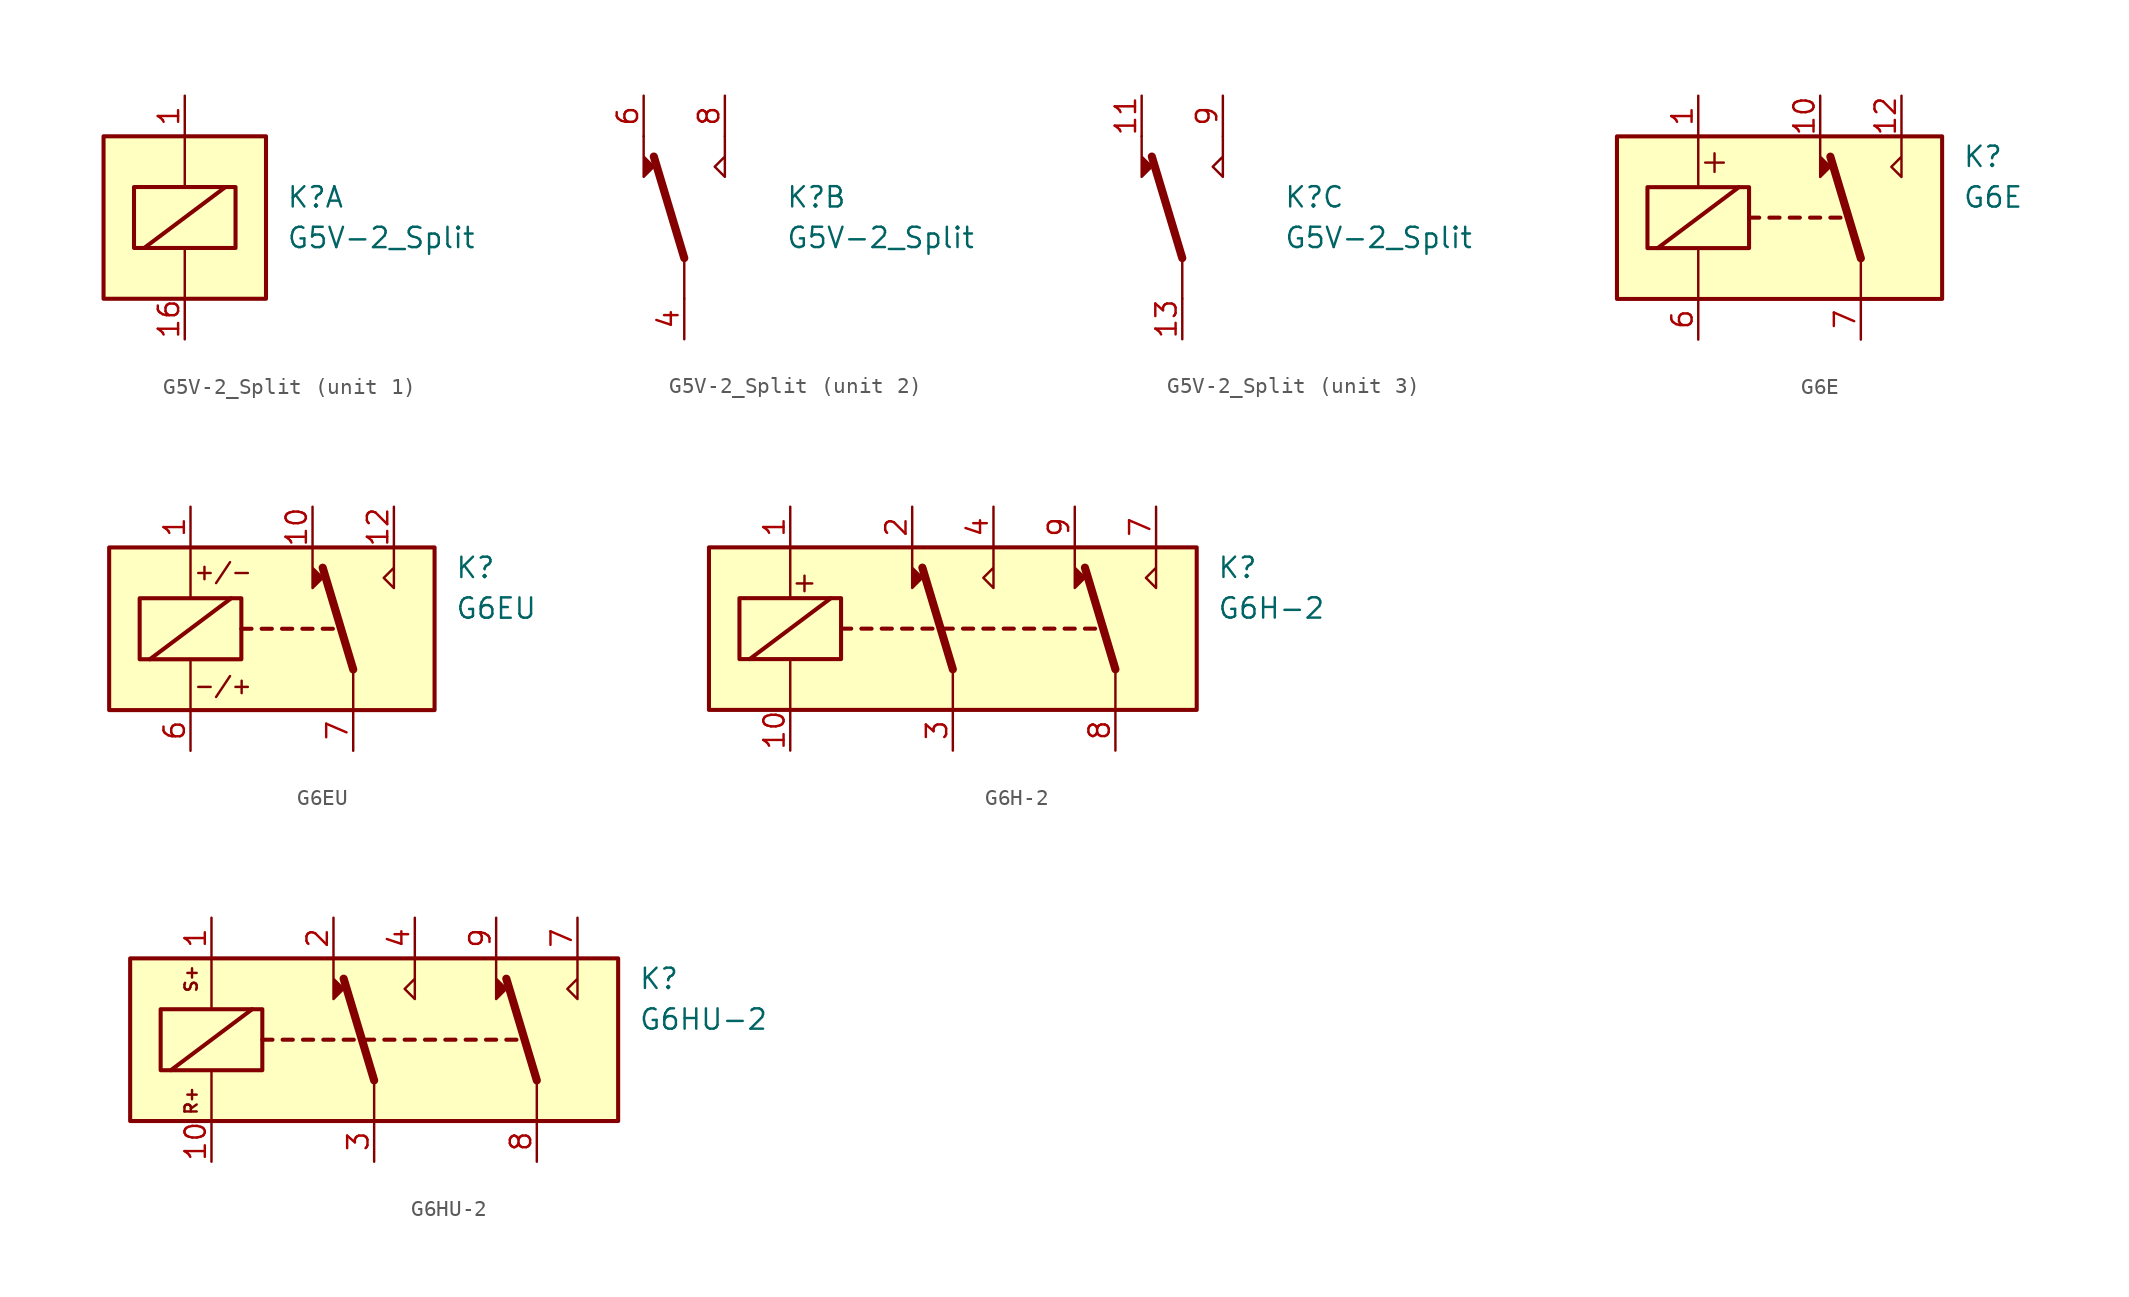
<source format=kicad_sym>
(kicad_symbol_lib
  (version 20241209)
  (generator "kicad_symbol_editor")
  (generator_version "9.0")
  (symbol "G5V-2_Split"
    (property "Reference" "K"
      (at 6.35 1.27 0)
      (effects (font (size 1.27 1.27)) (justify left)))
    (property "Value" "G5V-2_Split"
      (at 6.35 -1.27 0)
      (effects (font (size 1.27 1.27)) (justify left)))
    (property "ki_locked" ""
      (at 0 0 0)
      (effects (font (size 1.27 1.27))))
    (symbol "G5V-2_Split_1_1"
      (rectangle (start -5.08 5.08) (end 5.08 -5.08) (stroke (width 0.254) (type default)) (fill (type background)))
      (rectangle (start -3.175 1.905) (end 3.175 -1.905) (stroke (width 0.254) (type default)) (fill (type none)))
      (polyline (pts (xy -2.54 -1.905) (xy 2.54 1.905)) (stroke (width 0.254) (type default)) (fill (type none)))
      (polyline (pts (xy 0 5.08) (xy 0 1.905)) (stroke (width 0) (type default)) (fill (type none)))
      (polyline (pts (xy 0 -5.08) (xy 0 -1.905)) (stroke (width 0) (type default)) (fill (type none)))
      (pin passive line (at 0 7.62 270) (length 2.54) (name "~" (effects (font (size 1.27 1.27)))) (number "1" (effects (font (size 1.27 1.27)))))
      (pin passive line (at 0 -7.62 90) (length 2.54) (name "~" (effects (font (size 1.27 1.27)))) (number "16" (effects (font (size 1.27 1.27))))))
    (symbol "G5V-2_Split_2_1"
      (polyline (pts (xy -2.54 5.08) (xy -2.54 2.54) (xy -1.905 3.175) (xy -2.54 3.81)) (stroke (width 0) (type default)) (fill (type outline)))
      (polyline (pts (xy 0 -2.54) (xy -1.905 3.81)) (stroke (width 0.508) (type default)) (fill (type none)))
      (polyline (pts (xy 0 -2.54) (xy 0 -5.08)) (stroke (width 0) (type default)) (fill (type none)))
      (polyline (pts (xy 2.54 5.08) (xy 2.54 2.54) (xy 1.905 3.175) (xy 2.54 3.81)) (stroke (width 0) (type default)) (fill (type none)))
      (pin passive line (at -2.54 7.62 270) (length 2.54) (name "~" (effects (font (size 1.27 1.27)))) (number "6" (effects (font (size 1.27 1.27)))))
      (pin passive line (at 0 -7.62 90) (length 2.54) (name "~" (effects (font (size 1.27 1.27)))) (number "4" (effects (font (size 1.27 1.27)))))
      (pin passive line (at 2.54 7.62 270) (length 2.54) (name "~" (effects (font (size 1.27 1.27)))) (number "8" (effects (font (size 1.27 1.27))))))
    (symbol "G5V-2_Split_3_1"
      (polyline (pts (xy -2.54 5.08) (xy -2.54 2.54) (xy -1.905 3.175) (xy -2.54 3.81)) (stroke (width 0) (type default)) (fill (type outline)))
      (polyline (pts (xy 0 -2.54) (xy -1.905 3.81)) (stroke (width 0.508) (type default)) (fill (type none)))
      (polyline (pts (xy 0 -2.54) (xy 0 -5.08)) (stroke (width 0) (type default)) (fill (type none)))
      (polyline (pts (xy 2.54 5.08) (xy 2.54 2.54) (xy 1.905 3.175) (xy 2.54 3.81)) (stroke (width 0) (type default)) (fill (type none)))
      (pin passive line (at -2.54 7.62 270) (length 2.54) (name "~" (effects (font (size 1.27 1.27)))) (number "11" (effects (font (size 1.27 1.27)))))
      (pin passive line (at 0 -7.62 90) (length 2.54) (name "~" (effects (font (size 1.27 1.27)))) (number "13" (effects (font (size 1.27 1.27)))))
      (pin passive line (at 2.54 7.62 270) (length 2.54) (name "~" (effects (font (size 1.27 1.27)))) (number "9" (effects (font (size 1.27 1.27)))))))
  (symbol "G6E"
    (property "Reference" "K"
      (at 11.43 3.81 0)
      (effects (font (size 1.27 1.27)) (justify left)))
    (property "Value" "G6E"
      (at 11.43 1.27 0)
      (effects (font (size 1.27 1.27)) (justify left)))
    (symbol "G6E_0_0"
      (polyline (pts (xy 7.62 5.08) (xy 7.62 2.54) (xy 6.985 3.175) (xy 7.62 3.81)) (stroke (width 0) (type default)) (fill (type none)))
      (text "+" (at -4.064 3.556 0) (effects (font (size 1.524 1.524)))))
    (symbol "G6E_0_1"
      (rectangle (start -10.16 5.08) (end 10.16 -5.08) (stroke (width 0.254) (type default)) (fill (type background)))
      (rectangle (start -8.255 1.905) (end -1.905 -1.905) (stroke (width 0.254) (type default)) (fill (type none)))
      (polyline (pts (xy -7.62 -1.905) (xy -2.54 1.905)) (stroke (width 0.254) (type default)) (fill (type none)))
      (polyline (pts (xy -5.08 5.08) (xy -5.08 1.905)) (stroke (width 0) (type default)) (fill (type none)))
      (polyline (pts (xy -5.08 -5.08) (xy -5.08 -1.905)) (stroke (width 0) (type default)) (fill (type none)))
      (polyline (pts (xy -1.905 0) (xy -1.27 0)) (stroke (width 0.254) (type default)) (fill (type none)))
      (polyline (pts (xy -0.635 0) (xy 0 0)) (stroke (width 0.254) (type default)) (fill (type none)))
      (polyline (pts (xy 0.635 0) (xy 1.27 0)) (stroke (width 0.254) (type default)) (fill (type none)))
      (polyline (pts (xy 1.905 0) (xy 2.54 0)) (stroke (width 0.254) (type default)) (fill (type none)))
      (polyline (pts (xy 2.54 5.08) (xy 2.54 2.54) (xy 3.175 3.175) (xy 2.54 3.81)) (stroke (width 0) (type default)) (fill (type outline)))
      (polyline (pts (xy 3.175 0) (xy 3.81 0)) (stroke (width 0.254) (type default)) (fill (type none)))
      (polyline (pts (xy 5.08 -2.54) (xy 3.175 3.81)) (stroke (width 0.508) (type default)) (fill (type none)))
      (polyline (pts (xy 5.08 -2.54) (xy 5.08 -5.08)) (stroke (width 0) (type default)) (fill (type none))))
    (symbol "G6E_1_1"
      (pin passive line (at -5.08 7.62 270) (length 2.54) (name "~" (effects (font (size 1.27 1.27)))) (number "1" (effects (font (size 1.27 1.27)))))
      (pin passive line (at -5.08 -7.62 90) (length 2.54) (name "~" (effects (font (size 1.27 1.27)))) (number "6" (effects (font (size 1.27 1.27)))))
      (pin passive line (at 2.54 7.62 270) (length 2.54) (name "~" (effects (font (size 1.27 1.27)))) (number "10" (effects (font (size 1.27 1.27)))))
      (pin passive line (at 5.08 -7.62 90) (length 2.54) (name "~" (effects (font (size 1.27 1.27)))) (number "7" (effects (font (size 1.27 1.27)))))
      (pin passive line (at 7.62 7.62 270) (length 2.54) (name "~" (effects (font (size 1.27 1.27)))) (number "12" (effects (font (size 1.27 1.27)))))))
  (symbol "G6EU"
    (property "Reference" "K"
      (at 11.43 3.81 0)
      (effects (font (size 1.27 1.27)) (justify left)))
    (property "Value" "G6EU"
      (at 11.43 1.27 0)
      (effects (font (size 1.27 1.27)) (justify left)))
    (symbol "G6EU_0_0"
      (polyline (pts (xy 7.62 5.08) (xy 7.62 2.54) (xy 6.985 3.175) (xy 7.62 3.81)) (stroke (width 0) (type default)) (fill (type none)))
      (text "+/-" (at -3.048 3.556 0) (effects (font (size 1.016 1.016))))
      (text "-/+" (at -3.048 -3.556 0) (effects (font (size 1.016 1.016)))))
    (symbol "G6EU_0_1"
      (rectangle (start -10.16 5.08) (end 10.16 -5.08) (stroke (width 0.254) (type default)) (fill (type background)))
      (rectangle (start -8.255 1.905) (end -1.905 -1.905) (stroke (width 0.254) (type default)) (fill (type none)))
      (polyline (pts (xy -7.62 -1.905) (xy -2.54 1.905)) (stroke (width 0.254) (type default)) (fill (type none)))
      (polyline (pts (xy -5.08 5.08) (xy -5.08 1.905)) (stroke (width 0) (type default)) (fill (type none)))
      (polyline (pts (xy -5.08 -5.08) (xy -5.08 -1.905)) (stroke (width 0) (type default)) (fill (type none)))
      (polyline (pts (xy -1.905 0) (xy -1.27 0)) (stroke (width 0.254) (type default)) (fill (type none)))
      (polyline (pts (xy -0.635 0) (xy 0 0)) (stroke (width 0.254) (type default)) (fill (type none)))
      (polyline (pts (xy 0.635 0) (xy 1.27 0)) (stroke (width 0.254) (type default)) (fill (type none)))
      (polyline (pts (xy 1.905 0) (xy 2.54 0)) (stroke (width 0.254) (type default)) (fill (type none)))
      (polyline (pts (xy 2.54 5.08) (xy 2.54 2.54) (xy 3.175 3.175) (xy 2.54 3.81)) (stroke (width 0) (type default)) (fill (type outline)))
      (polyline (pts (xy 3.175 0) (xy 3.81 0)) (stroke (width 0.254) (type default)) (fill (type none)))
      (polyline (pts (xy 5.08 -2.54) (xy 3.175 3.81)) (stroke (width 0.508) (type default)) (fill (type none)))
      (polyline (pts (xy 5.08 -2.54) (xy 5.08 -5.08)) (stroke (width 0) (type default)) (fill (type none))))
    (symbol "G6EU_1_1"
      (pin passive line (at -5.08 7.62 270) (length 2.54) (name "~" (effects (font (size 1.27 1.27)))) (number "1" (effects (font (size 1.27 1.27)))))
      (pin passive line (at -5.08 -7.62 90) (length 2.54) (name "~" (effects (font (size 1.27 1.27)))) (number "6" (effects (font (size 1.27 1.27)))))
      (pin passive line (at 2.54 7.62 270) (length 2.54) (name "~" (effects (font (size 1.27 1.27)))) (number "10" (effects (font (size 1.27 1.27)))))
      (pin passive line (at 5.08 -7.62 90) (length 2.54) (name "~" (effects (font (size 1.27 1.27)))) (number "7" (effects (font (size 1.27 1.27)))))
      (pin passive line (at 7.62 7.62 270) (length 2.54) (name "~" (effects (font (size 1.27 1.27)))) (number "12" (effects (font (size 1.27 1.27)))))))
  (symbol "G6H-2"
    (property "Reference" "K"
      (at 16.51 3.81 0)
      (effects (font (size 1.27 1.27)) (justify left)))
    (property "Value" "G6H-2"
      (at 16.51 1.27 0)
      (effects (font (size 1.27 1.27)) (justify left)))
    (symbol "G6H-2_0_0"
      (text "+" (at -9.271 2.921 0) (effects (font (size 1.27 1.27)))))
    (symbol "G6H-2_0_1"
      (rectangle (start -15.24 5.08) (end 15.24 -5.08) (stroke (width 0.254) (type default)) (fill (type background)))
      (rectangle (start -13.335 1.905) (end -6.985 -1.905) (stroke (width 0.254) (type default)) (fill (type none)))
      (polyline (pts (xy -12.7 -1.905) (xy -7.62 1.905)) (stroke (width 0.254) (type default)) (fill (type none)))
      (polyline (pts (xy -10.16 5.08) (xy -10.16 1.905)) (stroke (width 0) (type default)) (fill (type none)))
      (polyline (pts (xy -10.16 -5.08) (xy -10.16 -1.905)) (stroke (width 0) (type default)) (fill (type none)))
      (polyline (pts (xy -6.985 0) (xy -6.35 0)) (stroke (width 0.254) (type default)) (fill (type none)))
      (polyline (pts (xy -5.715 0) (xy -5.08 0)) (stroke (width 0.254) (type default)) (fill (type none)))
      (polyline (pts (xy -4.445 0) (xy -3.81 0)) (stroke (width 0.254) (type default)) (fill (type none)))
      (polyline (pts (xy -3.175 0) (xy -2.54 0)) (stroke (width 0.254) (type default)) (fill (type none)))
      (polyline (pts (xy -2.54 5.08) (xy -2.54 2.54) (xy -1.905 3.175) (xy -2.54 3.81)) (stroke (width 0) (type default)) (fill (type outline)))
      (polyline (pts (xy -1.905 0) (xy -1.27 0)) (stroke (width 0.254) (type default)) (fill (type none)))
      (polyline (pts (xy -0.635 0) (xy 0 0)) (stroke (width 0.254) (type default)) (fill (type none)))
      (polyline (pts (xy 0 -2.54) (xy -1.905 3.81)) (stroke (width 0.508) (type default)) (fill (type none)))
      (polyline (pts (xy 0 -2.54) (xy 0 -5.08)) (stroke (width 0) (type default)) (fill (type none)))
      (polyline (pts (xy 0.635 0) (xy 1.27 0)) (stroke (width 0.254) (type default)) (fill (type none)))
      (polyline (pts (xy 1.905 0) (xy 2.54 0)) (stroke (width 0.254) (type default)) (fill (type none)))
      (polyline (pts (xy 2.54 5.08) (xy 2.54 2.54) (xy 1.905 3.175) (xy 2.54 3.81)) (stroke (width 0) (type default)) (fill (type none)))
      (polyline (pts (xy 3.175 0) (xy 3.81 0)) (stroke (width 0.254) (type default)) (fill (type none)))
      (polyline (pts (xy 4.445 0) (xy 5.08 0)) (stroke (width 0.254) (type default)) (fill (type none)))
      (polyline (pts (xy 5.715 0) (xy 6.35 0)) (stroke (width 0.254) (type default)) (fill (type none)))
      (polyline (pts (xy 6.985 0) (xy 7.62 0)) (stroke (width 0.254) (type default)) (fill (type none)))
      (polyline (pts (xy 7.62 5.08) (xy 7.62 2.54) (xy 8.255 3.175) (xy 7.62 3.81)) (stroke (width 0) (type default)) (fill (type outline)))
      (polyline (pts (xy 8.255 0) (xy 8.89 0)) (stroke (width 0.254) (type default)) (fill (type none)))
      (polyline (pts (xy 10.16 -2.54) (xy 8.255 3.81)) (stroke (width 0.508) (type default)) (fill (type none)))
      (polyline (pts (xy 10.16 -2.54) (xy 10.16 -5.08)) (stroke (width 0) (type default)) (fill (type none)))
      (polyline (pts (xy 12.7 5.08) (xy 12.7 2.54) (xy 12.065 3.175) (xy 12.7 3.81)) (stroke (width 0) (type default)) (fill (type none))))
    (symbol "G6H-2_1_1"
      (pin passive line (at -10.16 7.62 270) (length 2.54) (name "~" (effects (font (size 1.27 1.27)))) (number "1" (effects (font (size 1.27 1.27)))))
      (pin passive line (at -10.16 -7.62 90) (length 2.54) (name "~" (effects (font (size 1.27 1.27)))) (number "10" (effects (font (size 1.27 1.27)))))
      (pin passive line (at -2.54 7.62 270) (length 2.54) (name "~" (effects (font (size 1.27 1.27)))) (number "2" (effects (font (size 1.27 1.27)))))
      (pin passive line (at 0 -7.62 90) (length 2.54) (name "~" (effects (font (size 1.27 1.27)))) (number "3" (effects (font (size 1.27 1.27)))))
      (pin passive line (at 2.54 7.62 270) (length 2.54) (name "~" (effects (font (size 1.27 1.27)))) (number "4" (effects (font (size 1.27 1.27)))))
      (pin no_connect line (at 2.54 -5.08 90) (length 2.54) (hide yes) (name "NC" (effects (font (size 1.27 1.27)))) (number "6" (effects (font (size 1.27 1.27)))))
      (pin no_connect line (at 5.08 -5.08 90) (length 2.54) (hide yes) (name "NC" (effects (font (size 1.27 1.27)))) (number "5" (effects (font (size 1.27 1.27)))))
      (pin passive line (at 7.62 7.62 270) (length 2.54) (name "~" (effects (font (size 1.27 1.27)))) (number "9" (effects (font (size 1.27 1.27)))))
      (pin passive line (at 10.16 -7.62 90) (length 2.54) (name "~" (effects (font (size 1.27 1.27)))) (number "8" (effects (font (size 1.27 1.27)))))
      (pin passive line (at 12.7 7.62 270) (length 2.54) (name "~" (effects (font (size 1.27 1.27)))) (number "7" (effects (font (size 1.27 1.27)))))))
  (symbol "G6HU-2"
    (property "Reference" "K"
      (at 16.51 3.81 0)
      (effects (font (size 1.27 1.27)) (justify left)))
    (property "Value" "G6HU-2"
      (at 16.51 1.27 0)
      (effects (font (size 1.27 1.27)) (justify left)))
    (symbol "G6HU-2_0_0"
      (text "S+" (at -11.43 3.81 900) (effects (font (size 0.762 0.762))))
      (text "R+" (at -11.43 -3.81 900) (effects (font (size 0.762 0.762)))))
    (symbol "G6HU-2_0_1"
      (rectangle (start -15.24 5.08) (end 15.24 -5.08) (stroke (width 0.254) (type default)) (fill (type background)))
      (rectangle (start -13.335 1.905) (end -6.985 -1.905) (stroke (width 0.254) (type default)) (fill (type none)))
      (polyline (pts (xy -12.7 -1.905) (xy -7.62 1.905)) (stroke (width 0.254) (type default)) (fill (type none)))
      (polyline (pts (xy -10.16 5.08) (xy -10.16 1.905)) (stroke (width 0) (type default)) (fill (type none)))
      (polyline (pts (xy -10.16 -5.08) (xy -10.16 -1.905)) (stroke (width 0) (type default)) (fill (type none)))
      (polyline (pts (xy -6.985 0) (xy -6.35 0)) (stroke (width 0.254) (type default)) (fill (type none)))
      (polyline (pts (xy -5.715 0) (xy -5.08 0)) (stroke (width 0.254) (type default)) (fill (type none)))
      (polyline (pts (xy -4.445 0) (xy -3.81 0)) (stroke (width 0.254) (type default)) (fill (type none)))
      (polyline (pts (xy -3.175 0) (xy -2.54 0)) (stroke (width 0.254) (type default)) (fill (type none)))
      (polyline (pts (xy -2.54 5.08) (xy -2.54 2.54) (xy -1.905 3.175) (xy -2.54 3.81)) (stroke (width 0) (type default)) (fill (type outline)))
      (polyline (pts (xy -1.905 0) (xy -1.27 0)) (stroke (width 0.254) (type default)) (fill (type none)))
      (polyline (pts (xy -0.635 0) (xy 0 0)) (stroke (width 0.254) (type default)) (fill (type none)))
      (polyline (pts (xy 0 -2.54) (xy -1.905 3.81)) (stroke (width 0.508) (type default)) (fill (type none)))
      (polyline (pts (xy 0 -2.54) (xy 0 -5.08)) (stroke (width 0) (type default)) (fill (type none)))
      (polyline (pts (xy 0.635 0) (xy 1.27 0)) (stroke (width 0.254) (type default)) (fill (type none)))
      (polyline (pts (xy 1.905 0) (xy 2.54 0)) (stroke (width 0.254) (type default)) (fill (type none)))
      (polyline (pts (xy 2.54 5.08) (xy 2.54 2.54) (xy 1.905 3.175) (xy 2.54 3.81)) (stroke (width 0) (type default)) (fill (type none)))
      (polyline (pts (xy 3.175 0) (xy 3.81 0)) (stroke (width 0.254) (type default)) (fill (type none)))
      (polyline (pts (xy 4.445 0) (xy 5.08 0)) (stroke (width 0.254) (type default)) (fill (type none)))
      (polyline (pts (xy 5.715 0) (xy 6.35 0)) (stroke (width 0.254) (type default)) (fill (type none)))
      (polyline (pts (xy 6.985 0) (xy 7.62 0)) (stroke (width 0.254) (type default)) (fill (type none)))
      (polyline (pts (xy 7.62 5.08) (xy 7.62 2.54) (xy 8.255 3.175) (xy 7.62 3.81)) (stroke (width 0) (type default)) (fill (type outline)))
      (polyline (pts (xy 8.255 0) (xy 8.89 0)) (stroke (width 0.254) (type default)) (fill (type none)))
      (polyline (pts (xy 10.16 -2.54) (xy 8.255 3.81)) (stroke (width 0.508) (type default)) (fill (type none)))
      (polyline (pts (xy 10.16 -2.54) (xy 10.16 -5.08)) (stroke (width 0) (type default)) (fill (type none)))
      (polyline (pts (xy 12.7 5.08) (xy 12.7 2.54) (xy 12.065 3.175) (xy 12.7 3.81)) (stroke (width 0) (type default)) (fill (type none))))
    (symbol "G6HU-2_1_1"
      (pin passive line (at -10.16 7.62 270) (length 2.54) (name "~" (effects (font (size 1.27 1.27)))) (number "1" (effects (font (size 1.27 1.27)))))
      (pin passive line (at -10.16 -7.62 90) (length 2.54) (name "~" (effects (font (size 1.27 1.27)))) (number "10" (effects (font (size 1.27 1.27)))))
      (pin passive line (at -2.54 7.62 270) (length 2.54) (name "~" (effects (font (size 1.27 1.27)))) (number "2" (effects (font (size 1.27 1.27)))))
      (pin passive line (at 0 -7.62 90) (length 2.54) (name "~" (effects (font (size 1.27 1.27)))) (number "3" (effects (font (size 1.27 1.27)))))
      (pin passive line (at 2.54 7.62 270) (length 2.54) (name "~" (effects (font (size 1.27 1.27)))) (number "4" (effects (font (size 1.27 1.27)))))
      (pin no_connect line (at 2.54 -5.08 90) (length 2.54) (hide yes) (name "NC" (effects (font (size 1.27 1.27)))) (number "6" (effects (font (size 1.27 1.27)))))
      (pin no_connect line (at 5.08 -5.08 90) (length 2.54) (hide yes) (name "NC" (effects (font (size 1.27 1.27)))) (number "5" (effects (font (size 1.27 1.27)))))
      (pin passive line (at 7.62 7.62 270) (length 2.54) (name "~" (effects (font (size 1.27 1.27)))) (number "9" (effects (font (size 1.27 1.27)))))
      (pin passive line (at 10.16 -7.62 90) (length 2.54) (name "~" (effects (font (size 1.27 1.27)))) (number "8" (effects (font (size 1.27 1.27)))))
      (pin passive line (at 12.7 7.62 270) (length 2.54) (name "~" (effects (font (size 1.27 1.27)))) (number "7" (effects (font (size 1.27 1.27))))))))
</source>
